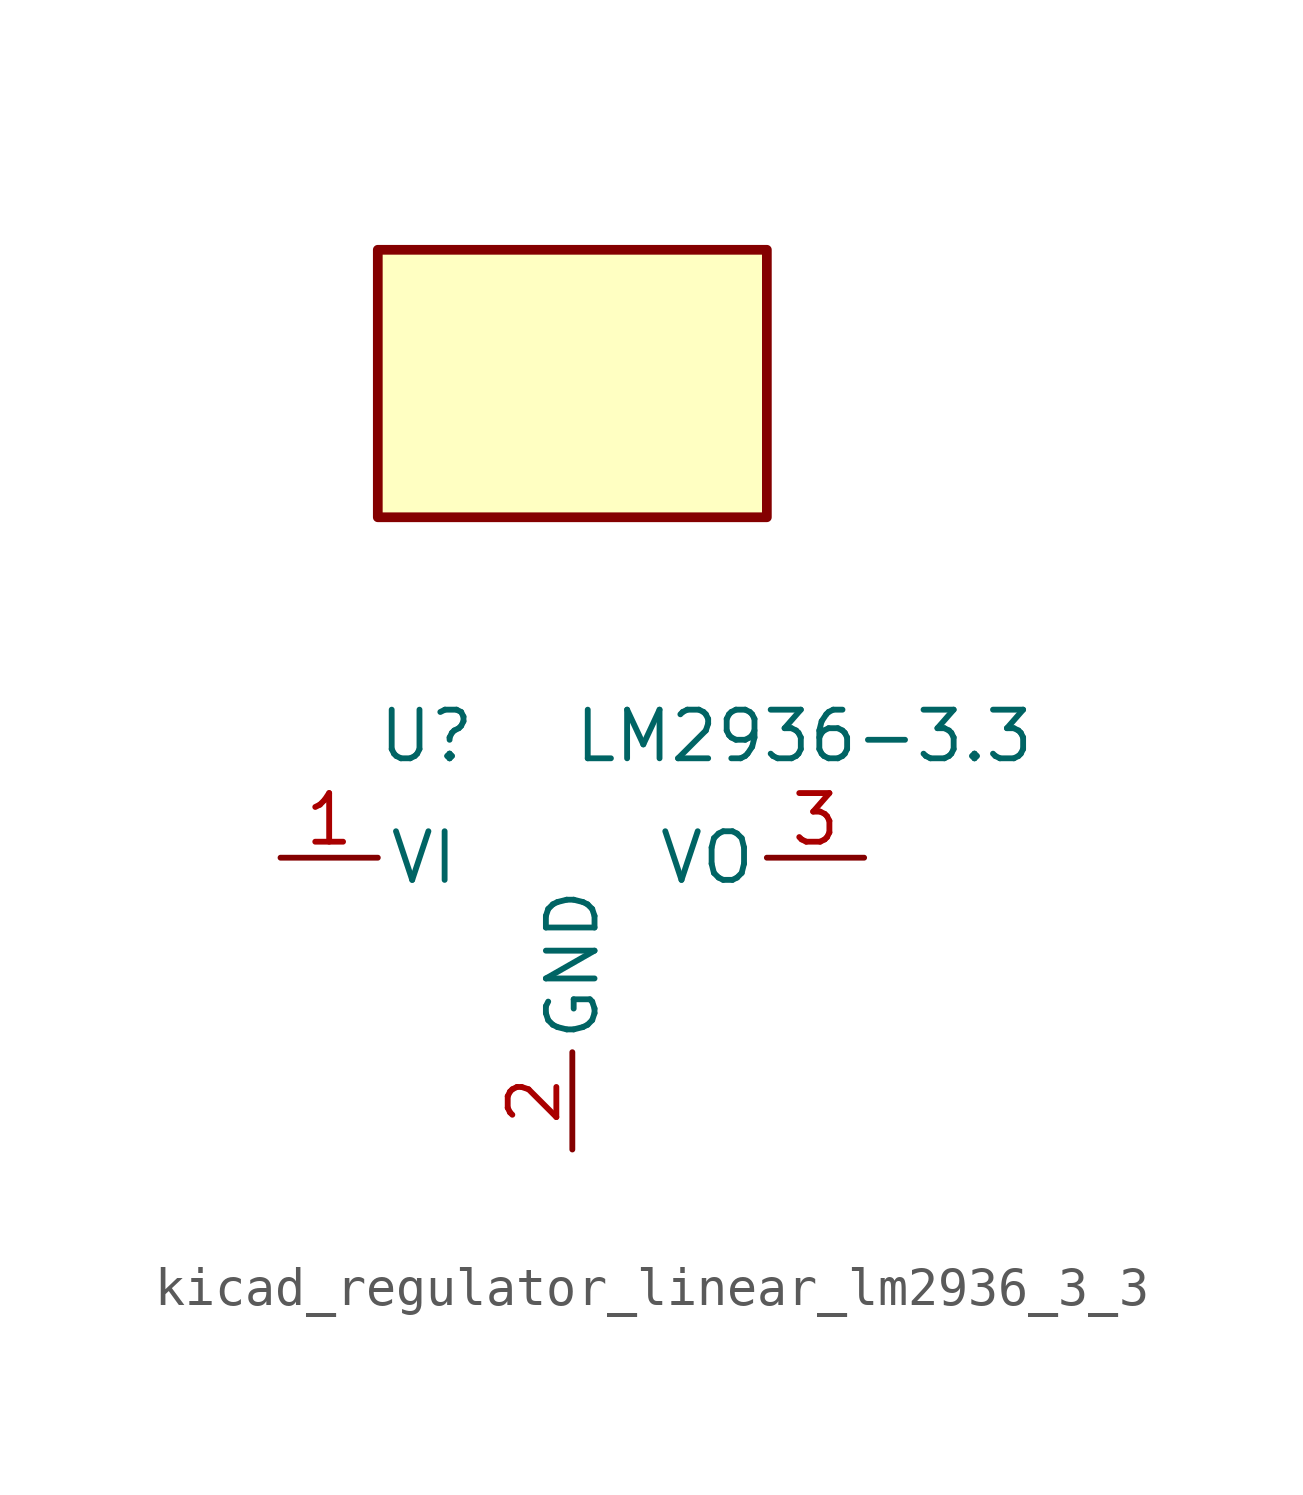
<source format=kicad_sym>
(kicad_symbol_lib
  (version 20220914)
  (generator kicad_symbol_editor)
  (symbol "kicad_regulator_linear_lm2936_3_3"
    (pin_names
      (offset 0.254))
    (property "Reference" "U"
      (at -3.81 3.175 0)
      (effects (font (size 1.27 1.27))))
    (property "Value" "LM2936-3.3"
      (at 0 3.175 0)
      (effects (font (size 1.27 1.27)) (justify left)))
    (symbol "kicad_regulator_linear_lm2936_3_3_0_1"
      (rectangle (start 5.08 15.875) (end -5.08 8.89) (stroke (width 0.254) (type default)) (fill (type background))))
    (symbol "kicad_regulator_linear_lm2936_3_3_1_1"
      (pin power_in line (at -7.62 0 0) (length 2.54) (name "VI" (effects (font (size 1.27 1.27)))) (number "1" (effects (font (size 1.27 1.27)))))
      (pin power_in line (at 0 -7.62 90) (length 2.54) (name "GND" (effects (font (size 1.27 1.27)))) (number "2" (effects (font (size 1.27 1.27)))))
      (pin power_out line (at 7.62 0 180) (length 2.54) (name "VO" (effects (font (size 1.27 1.27)))) (number "3" (effects (font (size 1.27 1.27))))))))
</source>
